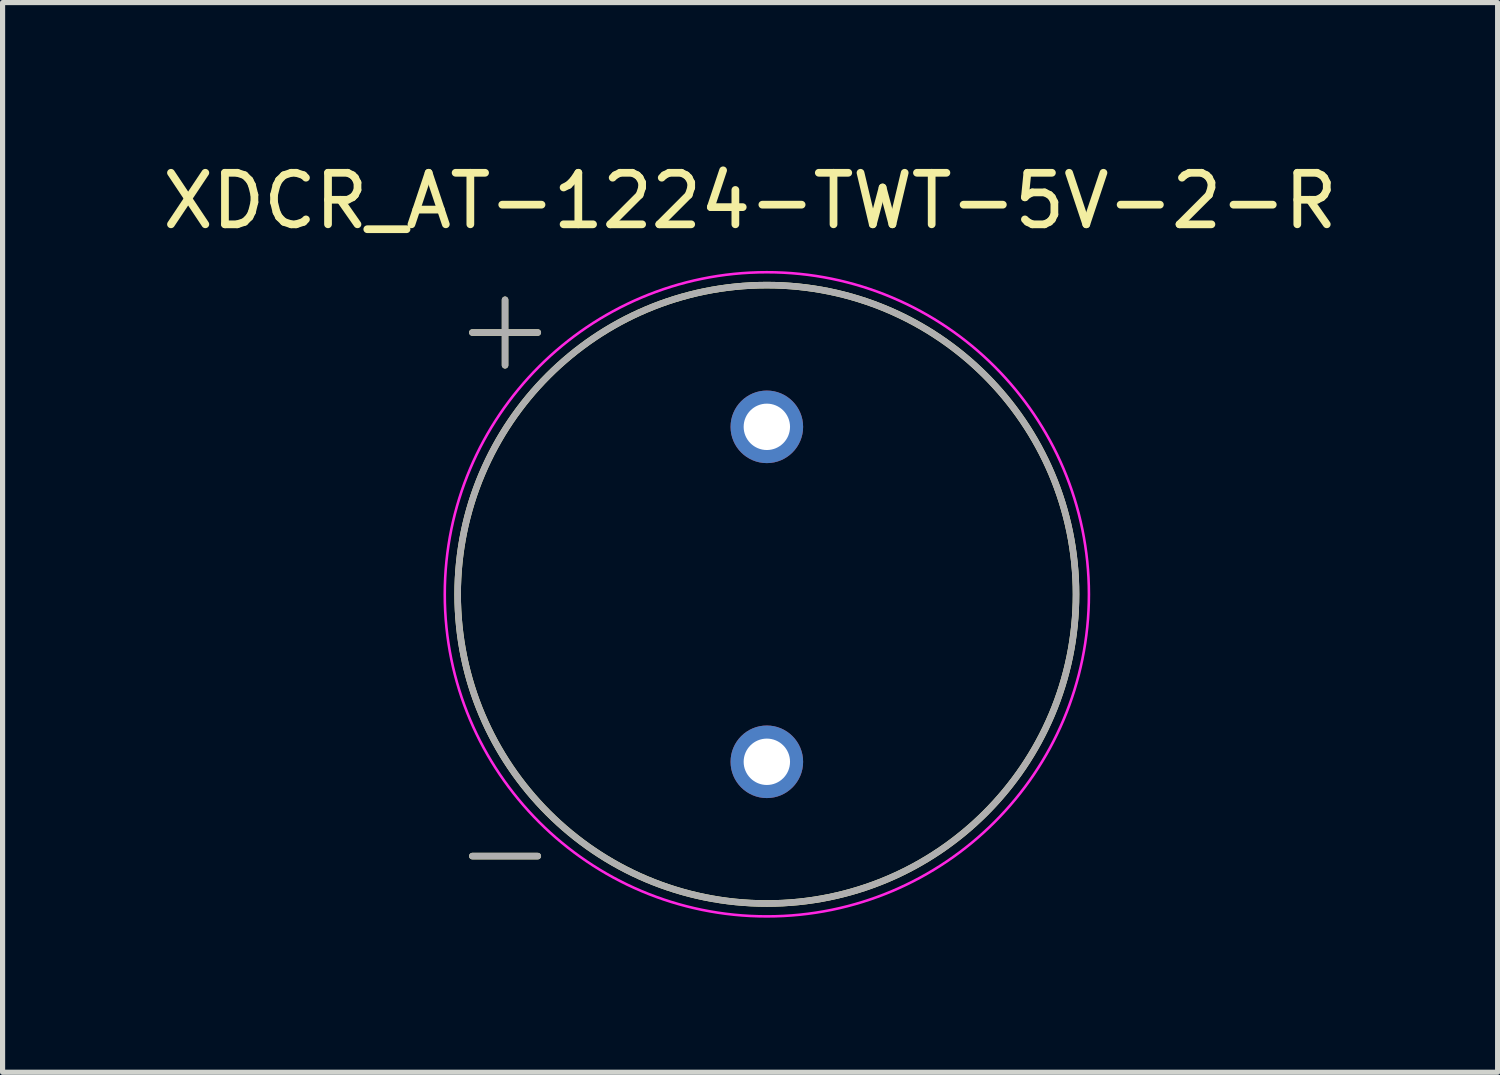
<source format=kicad_pcb>
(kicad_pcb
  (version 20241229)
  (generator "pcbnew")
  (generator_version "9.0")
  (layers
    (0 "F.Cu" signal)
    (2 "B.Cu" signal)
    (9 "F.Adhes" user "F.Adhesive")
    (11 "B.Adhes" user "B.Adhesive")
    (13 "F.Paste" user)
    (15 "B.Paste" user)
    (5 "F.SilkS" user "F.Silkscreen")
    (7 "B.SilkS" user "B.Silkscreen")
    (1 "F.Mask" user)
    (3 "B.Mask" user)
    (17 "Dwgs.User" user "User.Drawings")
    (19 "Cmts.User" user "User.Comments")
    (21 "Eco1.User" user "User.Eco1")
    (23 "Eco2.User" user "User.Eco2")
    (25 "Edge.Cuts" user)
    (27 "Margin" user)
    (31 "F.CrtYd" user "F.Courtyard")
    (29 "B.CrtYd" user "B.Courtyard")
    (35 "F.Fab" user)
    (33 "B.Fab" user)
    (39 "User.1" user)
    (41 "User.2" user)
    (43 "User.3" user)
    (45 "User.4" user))
  (footprint "XDCR_AT-1224-TWT-5V-2-R"
    (layer "F.Cu")
    (at 11.831 8.483)
    (property "Reference" "XDCR_AT-1224-TWT-5V-2-R" (at -0.325 -7.635 0) (layer "F.SilkS") (effects (font (size 1 1) (thickness 0.15))))
    (attr through_hole)
    (fp_line (start -5.715 -5.08) (end -4.445 -5.08) (stroke (width 0.127) (type solid)) (layer "F.SilkS"))
    (fp_line (start -5.715 5.08) (end -4.445 5.08) (stroke (width 0.127) (type solid)) (layer "F.SilkS"))
    (fp_line (start -5.08 -5.715) (end -5.08 -4.445) (stroke (width 0.127) (type solid)) (layer "F.SilkS"))
    (fp_circle (center 0 0) (end 6 0) (stroke (width 0.127) (type solid)) (fill no) (layer "F.SilkS"))
    (fp_circle (center 0 0) (end 6.25 0) (stroke (width 0.05) (type solid)) (fill no) (layer "F.CrtYd"))
    (fp_line (start -5.715 -5.08) (end -4.445 -5.08) (stroke (width 0.127) (type solid)) (layer "F.Fab"))
    (fp_line (start -5.715 5.08) (end -4.445 5.08) (stroke (width 0.127) (type solid)) (layer "F.Fab"))
    (fp_line (start -5.08 -5.715) (end -5.08 -4.445) (stroke (width 0.127) (type solid)) (layer "F.Fab"))
    (fp_circle (center 0 0) (end 6 0) (stroke (width 0.127) (type solid)) (fill no) (layer "F.Fab"))
    (pad "1" thru_hole circle (at 0 -3.25) (size 1.408 1.408) (drill 0.9) (layers "*.Cu" "*.Mask"))
    (pad "2" thru_hole circle (at 0 3.25) (size 1.408 1.408) (drill 0.9) (layers "*.Cu" "*.Mask")))
  (gr_rect
    (start -3 -3)
    (end 26.012 17.758)
    (stroke (width 0.1) (type default))
    (fill no)
    (layer "Edge.Cuts")))
</source>
